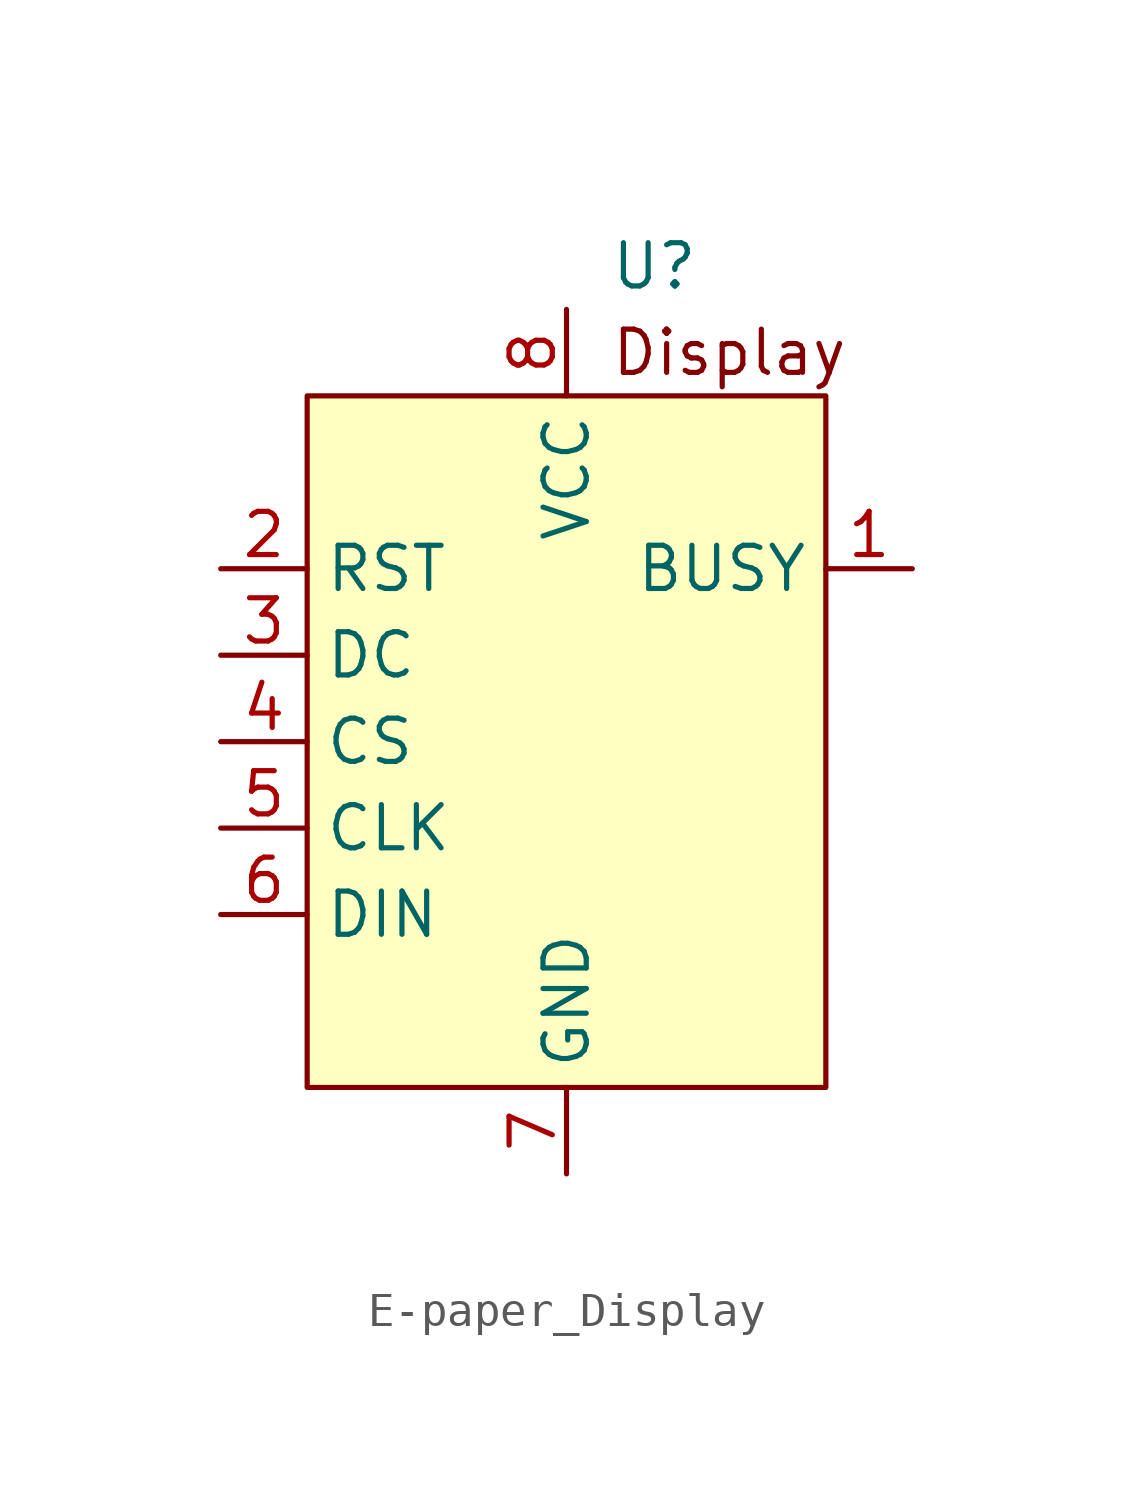
<source format=kicad_sym>
(kicad_symbol_lib
  (version 20220914)
  (generator kicad_symbol_editor)
  (symbol "E-paper_Display"
    (property "Reference" "U"
      (at 1.27 8.89 0)
      (effects (font (size 1.27 1.27)) (justify left)))
    (property "Value" ""
      (at 0 7.62 0)
      (effects (font (size 1.27 1.27))))
    (symbol "E-paper_Display_1_1"
      (rectangle (start -7.62 5.08) (end 7.62 -15.24) (stroke (width 0) (type default)) (fill (type background)))
      (text "Display" (at 1.27 6.35 0) (effects (font (size 1.27 1.27)) (justify left)))
      (pin output line (at 10.16 0 180) (length 2.54) (name "BUSY" (effects (font (size 1.27 1.27)))) (number "1" (effects (font (size 1.27 1.27)))))
      (pin input line (at -10.16 0 0) (length 2.54) (name "RST" (effects (font (size 1.27 1.27)))) (number "2" (effects (font (size 1.27 1.27)))))
      (pin input line (at -10.16 -2.54 0) (length 2.54) (name "DC" (effects (font (size 1.27 1.27)))) (number "3" (effects (font (size 1.27 1.27)))))
      (pin input line (at -10.16 -5.08 0) (length 2.54) (name "CS" (effects (font (size 1.27 1.27)))) (number "4" (effects (font (size 1.27 1.27)))))
      (pin input line (at -10.16 -7.62 0) (length 2.54) (name "CLK" (effects (font (size 1.27 1.27)))) (number "5" (effects (font (size 1.27 1.27)))))
      (pin input line (at -10.16 -10.16 0) (length 2.54) (name "DIN" (effects (font (size 1.27 1.27)))) (number "6" (effects (font (size 1.27 1.27)))))
      (pin power_out line (at 0 -17.78 90) (length 2.54) (name "GND" (effects (font (size 1.27 1.27)))) (number "7" (effects (font (size 1.27 1.27)))))
      (pin power_in line (at 0 7.62 270) (length 2.54) (name "VCC" (effects (font (size 1.27 1.27)))) (number "8" (effects (font (size 1.27 1.27))))))))
</source>
